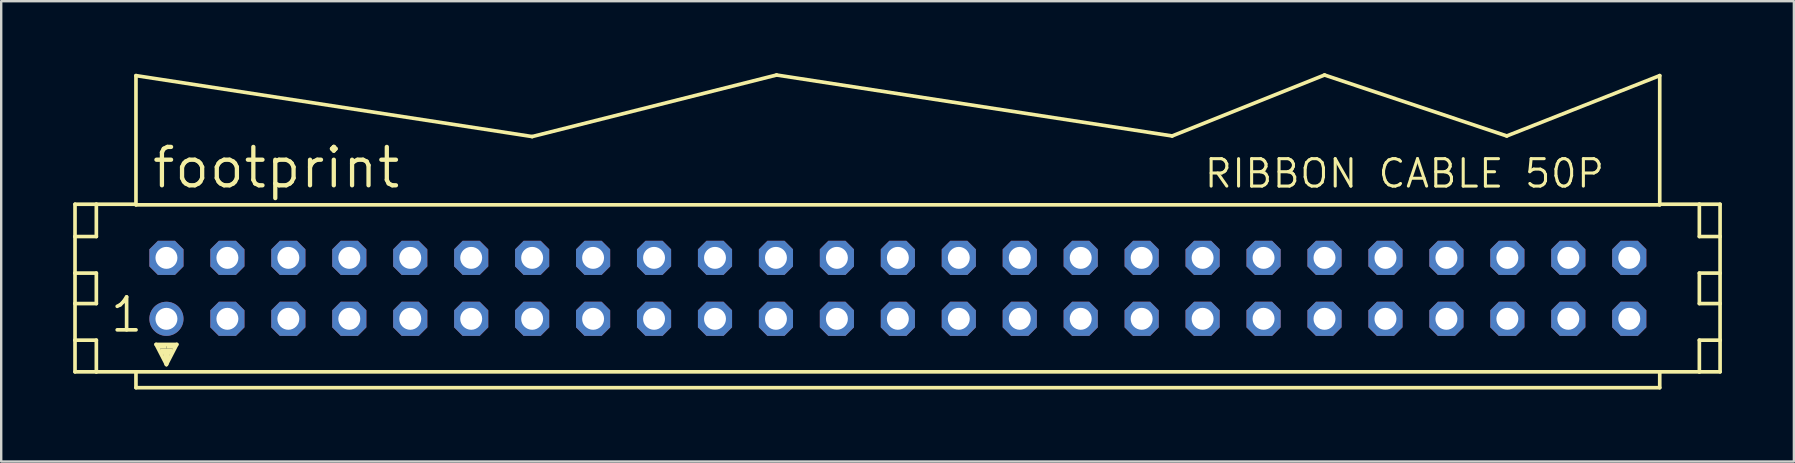
<source format=kicad_pcb>
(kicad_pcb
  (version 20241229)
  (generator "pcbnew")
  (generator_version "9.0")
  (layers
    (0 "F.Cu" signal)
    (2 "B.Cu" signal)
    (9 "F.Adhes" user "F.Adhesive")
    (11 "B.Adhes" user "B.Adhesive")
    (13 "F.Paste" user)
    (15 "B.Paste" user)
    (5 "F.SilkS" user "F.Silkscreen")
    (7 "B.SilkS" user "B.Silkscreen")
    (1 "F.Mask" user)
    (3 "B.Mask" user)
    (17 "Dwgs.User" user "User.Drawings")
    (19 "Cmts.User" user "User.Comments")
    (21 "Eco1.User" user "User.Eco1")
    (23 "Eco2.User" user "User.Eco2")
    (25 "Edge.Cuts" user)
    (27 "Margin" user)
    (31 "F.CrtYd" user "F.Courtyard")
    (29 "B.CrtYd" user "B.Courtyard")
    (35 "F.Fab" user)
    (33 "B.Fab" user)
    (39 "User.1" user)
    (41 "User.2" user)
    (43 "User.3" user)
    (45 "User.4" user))
  (footprint "footprint"
    (layer "F.Cu")
    (at 34.366 8.966)
    (property "Reference" "footprint" (at -31.166 -4.089 0) (layer "F.SilkS") (effects (font (size 1.6 1.6) (thickness 0.178)) (justify left bottom)))
    (fp_line (start -34.29 -3.505) (end -34.29 -2.159) (stroke (width 0.152) (type solid)) (layer "F.SilkS"))
    (fp_line (start -34.29 -2.159) (end -34.29 -0.635) (stroke (width 0.152) (type solid)) (layer "F.SilkS"))
    (fp_line (start -34.29 -2.159) (end -33.401 -2.159) (stroke (width 0.152) (type solid)) (layer "F.SilkS"))
    (fp_line (start -34.29 -0.635) (end -34.29 0.635) (stroke (width 0.152) (type solid)) (layer "F.SilkS"))
    (fp_line (start -34.29 -0.635) (end -33.401 -0.635) (stroke (width 0.152) (type solid)) (layer "F.SilkS"))
    (fp_line (start -34.29 0.635) (end -34.29 2.159) (stroke (width 0.152) (type solid)) (layer "F.SilkS"))
    (fp_line (start -34.29 0.635) (end -33.401 0.635) (stroke (width 0.152) (type solid)) (layer "F.SilkS"))
    (fp_line (start -34.29 2.159) (end -34.29 3.48) (stroke (width 0.152) (type solid)) (layer "F.SilkS"))
    (fp_line (start -34.29 2.159) (end -33.401 2.159) (stroke (width 0.152) (type solid)) (layer "F.SilkS"))
    (fp_line (start -34.29 3.48) (end -33.401 3.48) (stroke (width 0.152) (type solid)) (layer "F.SilkS"))
    (fp_line (start -33.401 -3.505) (end -34.29 -3.505) (stroke (width 0.152) (type solid)) (layer "F.SilkS"))
    (fp_line (start -33.401 -3.505) (end -33.401 -2.159) (stroke (width 0.152) (type solid)) (layer "F.SilkS"))
    (fp_line (start -33.401 -0.635) (end -33.401 0.635) (stroke (width 0.152) (type solid)) (layer "F.SilkS"))
    (fp_line (start -33.401 2.159) (end -33.401 3.48) (stroke (width 0.152) (type solid)) (layer "F.SilkS"))
    (fp_line (start -33.401 3.48) (end -31.75 3.48) (stroke (width 0.152) (type solid)) (layer "F.SilkS"))
    (fp_line (start -31.75 -8.865) (end -15.24 -6.325) (stroke (width 0.152) (type solid)) (layer "F.SilkS"))
    (fp_line (start -31.75 -3.505) (end -33.401 -3.505) (stroke (width 0.152) (type solid)) (layer "F.SilkS"))
    (fp_line (start -31.75 -3.505) (end -31.75 -8.865) (stroke (width 0.152) (type solid)) (layer "F.SilkS"))
    (fp_line (start -31.75 -3.48) (end -31.75 -3.505) (stroke (width 0.152) (type solid)) (layer "F.SilkS"))
    (fp_line (start -31.75 3.48) (end -31.75 4.14) (stroke (width 0.152) (type solid)) (layer "F.SilkS"))
    (fp_line (start -31.75 3.48) (end 31.75 3.48) (stroke (width 0.152) (type solid)) (layer "F.SilkS"))
    (fp_line (start -31.75 4.14) (end 31.75 4.14) (stroke (width 0.152) (type solid)) (layer "F.SilkS"))
    (fp_line (start -30.912 2.337) (end -30.048 2.337) (stroke (width 0.152) (type solid)) (layer "F.SilkS"))
    (fp_line (start -30.48 3.175) (end -30.912 2.337) (stroke (width 0.152) (type solid)) (layer "F.SilkS"))
    (fp_line (start -30.48 3.175) (end -30.48 2.921) (stroke (width 0.152) (type solid)) (layer "F.SilkS"))
    (fp_line (start -30.048 2.337) (end -30.48 3.175) (stroke (width 0.152) (type solid)) (layer "F.SilkS"))
    (fp_line (start -15.24 -6.325) (end -5.055 -8.89) (stroke (width 0.152) (type solid)) (layer "F.SilkS"))
    (fp_line (start 11.43 -6.35) (end -5.055 -8.89) (stroke (width 0.152) (type solid)) (layer "F.SilkS"))
    (fp_line (start 17.78 -8.89) (end 11.43 -6.35) (stroke (width 0.152) (type solid)) (layer "F.SilkS"))
    (fp_line (start 25.375 -6.35) (end 17.78 -8.89) (stroke (width 0.152) (type solid)) (layer "F.SilkS"))
    (fp_line (start 31.75 -8.865) (end 25.375 -6.35) (stroke (width 0.152) (type solid)) (layer "F.SilkS"))
    (fp_line (start 31.75 -8.865) (end 31.75 -3.505) (stroke (width 0.152) (type solid)) (layer "F.SilkS"))
    (fp_line (start 31.75 -3.505) (end 31.75 -3.48) (stroke (width 0.152) (type solid)) (layer "F.SilkS"))
    (fp_line (start 31.75 -3.48) (end -31.75 -3.48) (stroke (width 0.152) (type solid)) (layer "F.SilkS"))
    (fp_line (start 31.75 3.48) (end 33.401 3.48) (stroke (width 0.152) (type solid)) (layer "F.SilkS"))
    (fp_line (start 31.75 4.14) (end 31.75 3.48) (stroke (width 0.152) (type solid)) (layer "F.SilkS"))
    (fp_line (start 33.401 -3.505) (end 31.75 -3.505) (stroke (width 0.152) (type solid)) (layer "F.SilkS"))
    (fp_line (start 33.401 -3.505) (end 33.401 -2.159) (stroke (width 0.152) (type solid)) (layer "F.SilkS"))
    (fp_line (start 33.401 -2.159) (end 34.265 -2.159) (stroke (width 0.152) (type solid)) (layer "F.SilkS"))
    (fp_line (start 33.401 -0.635) (end 33.401 0.635) (stroke (width 0.152) (type solid)) (layer "F.SilkS"))
    (fp_line (start 33.401 -0.635) (end 34.265 -0.635) (stroke (width 0.152) (type solid)) (layer "F.SilkS"))
    (fp_line (start 33.401 0.635) (end 34.265 0.635) (stroke (width 0.152) (type solid)) (layer "F.SilkS"))
    (fp_line (start 33.401 2.159) (end 33.401 3.48) (stroke (width 0.152) (type solid)) (layer "F.SilkS"))
    (fp_line (start 33.401 2.159) (end 34.265 2.159) (stroke (width 0.152) (type solid)) (layer "F.SilkS"))
    (fp_line (start 33.401 3.48) (end 34.265 3.48) (stroke (width 0.152) (type solid)) (layer "F.SilkS"))
    (fp_line (start 34.265 -3.505) (end 33.401 -3.505) (stroke (width 0.152) (type solid)) (layer "F.SilkS"))
    (fp_line (start 34.265 -2.159) (end 34.265 -3.505) (stroke (width 0.152) (type solid)) (layer "F.SilkS"))
    (fp_line (start 34.265 -0.635) (end 34.265 -2.159) (stroke (width 0.152) (type solid)) (layer "F.SilkS"))
    (fp_line (start 34.265 0.635) (end 34.265 -0.635) (stroke (width 0.152) (type solid)) (layer "F.SilkS"))
    (fp_line (start 34.265 2.159) (end 34.265 0.635) (stroke (width 0.152) (type solid)) (layer "F.SilkS"))
    (fp_line (start 34.265 3.48) (end 34.265 2.159) (stroke (width 0.152) (type solid)) (layer "F.SilkS"))
    (fp_poly (pts (xy -30.861 2.515) (xy -30.48 2.515) (xy -30.48 2.388) (xy -30.861 2.388)) (stroke (width 0) (type solid)) (fill yes) (layer "F.SilkS"))
    (fp_poly (pts (xy -30.734 2.769) (xy -30.226 2.769) (xy -30.226 2.515) (xy -30.734 2.515)) (stroke (width 0) (type solid)) (fill yes) (layer "F.SilkS"))
    (fp_poly (pts (xy -30.607 2.972) (xy -30.353 2.972) (xy -30.353 2.718) (xy -30.607 2.718)) (stroke (width 0) (type solid)) (fill yes) (layer "F.SilkS"))
    (fp_poly (pts (xy -30.48 2.515) (xy -30.099 2.515) (xy -30.099 2.388) (xy -30.48 2.388)) (stroke (width 0) (type solid)) (fill yes) (layer "F.SilkS"))
    (fp_text user "RIBBON CABLE 50P" (at 12.7 -4.115 0) (layer "F.SilkS") (effects (font (size 1.143 1.143) (thickness 0.127)) (justify left bottom)))
    (fp_text user "1" (at -32.893 1.905 0) (layer "F.SilkS") (effects (font (size 1.372 1.372) (thickness 0.152)) (justify left bottom)))
    (pad "1" thru_hole circle (at -30.48 1.27) (size 1.422 1.422) (drill 0.914) (layers "*.Cu" "*.Mask"))
    (pad "2" thru_hole roundrect (at -30.48 -1.27) (size 1.422 1.422) (drill 0.914) (layers "*.Cu" "*.Mask") (roundrect_rratio 0.25) (chamfer_ratio 0.25) (chamfer top_left top_right bottom_left bottom_right))
    (pad "3" thru_hole roundrect (at -27.94 1.27) (size 1.422 1.422) (drill 0.914) (layers "*.Cu" "*.Mask") (roundrect_rratio 0.25) (chamfer_ratio 0.25) (chamfer top_left top_right bottom_left bottom_right))
    (pad "4" thru_hole roundrect (at -27.94 -1.27) (size 1.422 1.422) (drill 0.914) (layers "*.Cu" "*.Mask") (roundrect_rratio 0.25) (chamfer_ratio 0.25) (chamfer top_left top_right bottom_left bottom_right))
    (pad "5" thru_hole roundrect (at -25.4 1.27) (size 1.422 1.422) (drill 0.914) (layers "*.Cu" "*.Mask") (roundrect_rratio 0.25) (chamfer_ratio 0.25) (chamfer top_left top_right bottom_left bottom_right))
    (pad "6" thru_hole roundrect (at -25.4 -1.27) (size 1.422 1.422) (drill 0.914) (layers "*.Cu" "*.Mask") (roundrect_rratio 0.25) (chamfer_ratio 0.25) (chamfer top_left top_right bottom_left bottom_right))
    (pad "7" thru_hole roundrect (at -22.86 1.27) (size 1.422 1.422) (drill 0.914) (layers "*.Cu" "*.Mask") (roundrect_rratio 0.25) (chamfer_ratio 0.25) (chamfer top_left top_right bottom_left bottom_right))
    (pad "8" thru_hole roundrect (at -22.86 -1.27) (size 1.422 1.422) (drill 0.914) (layers "*.Cu" "*.Mask") (roundrect_rratio 0.25) (chamfer_ratio 0.25) (chamfer top_left top_right bottom_left bottom_right))
    (pad "9" thru_hole roundrect (at -20.32 1.27) (size 1.422 1.422) (drill 0.914) (layers "*.Cu" "*.Mask") (roundrect_rratio 0.25) (chamfer_ratio 0.25) (chamfer top_left top_right bottom_left bottom_right))
    (pad "10" thru_hole roundrect (at -20.32 -1.27) (size 1.422 1.422) (drill 0.914) (layers "*.Cu" "*.Mask") (roundrect_rratio 0.25) (chamfer_ratio 0.25) (chamfer top_left top_right bottom_left bottom_right))
    (pad "11" thru_hole roundrect (at -17.78 1.27) (size 1.422 1.422) (drill 0.914) (layers "*.Cu" "*.Mask") (roundrect_rratio 0.25) (chamfer_ratio 0.25) (chamfer top_left top_right bottom_left bottom_right))
    (pad "12" thru_hole roundrect (at -17.78 -1.27) (size 1.422 1.422) (drill 0.914) (layers "*.Cu" "*.Mask") (roundrect_rratio 0.25) (chamfer_ratio 0.25) (chamfer top_left top_right bottom_left bottom_right))
    (pad "13" thru_hole roundrect (at -15.24 1.27) (size 1.422 1.422) (drill 0.914) (layers "*.Cu" "*.Mask") (roundrect_rratio 0.25) (chamfer_ratio 0.25) (chamfer top_left top_right bottom_left bottom_right))
    (pad "14" thru_hole roundrect (at -15.24 -1.27) (size 1.422 1.422) (drill 0.914) (layers "*.Cu" "*.Mask") (roundrect_rratio 0.25) (chamfer_ratio 0.25) (chamfer top_left top_right bottom_left bottom_right))
    (pad "15" thru_hole roundrect (at -12.7 1.27) (size 1.422 1.422) (drill 0.914) (layers "*.Cu" "*.Mask") (roundrect_rratio 0.25) (chamfer_ratio 0.25) (chamfer top_left top_right bottom_left bottom_right))
    (pad "16" thru_hole roundrect (at -12.7 -1.27) (size 1.422 1.422) (drill 0.914) (layers "*.Cu" "*.Mask") (roundrect_rratio 0.25) (chamfer_ratio 0.25) (chamfer top_left top_right bottom_left bottom_right))
    (pad "17" thru_hole roundrect (at -10.16 1.27) (size 1.422 1.422) (drill 0.914) (layers "*.Cu" "*.Mask") (roundrect_rratio 0.25) (chamfer_ratio 0.25) (chamfer top_left top_right bottom_left bottom_right))
    (pad "18" thru_hole roundrect (at -10.16 -1.27) (size 1.422 1.422) (drill 0.914) (layers "*.Cu" "*.Mask") (roundrect_rratio 0.25) (chamfer_ratio 0.25) (chamfer top_left top_right bottom_left bottom_right))
    (pad "19" thru_hole roundrect (at -7.62 1.27) (size 1.422 1.422) (drill 0.914) (layers "*.Cu" "*.Mask") (roundrect_rratio 0.25) (chamfer_ratio 0.25) (chamfer top_left top_right bottom_left bottom_right))
    (pad "20" thru_hole roundrect (at -7.62 -1.27) (size 1.422 1.422) (drill 0.914) (layers "*.Cu" "*.Mask") (roundrect_rratio 0.25) (chamfer_ratio 0.25) (chamfer top_left top_right bottom_left bottom_right))
    (pad "21" thru_hole roundrect (at -5.08 1.27) (size 1.422 1.422) (drill 0.914) (layers "*.Cu" "*.Mask") (roundrect_rratio 0.25) (chamfer_ratio 0.25) (chamfer top_left top_right bottom_left bottom_right))
    (pad "22" thru_hole roundrect (at -5.08 -1.27) (size 1.422 1.422) (drill 0.914) (layers "*.Cu" "*.Mask") (roundrect_rratio 0.25) (chamfer_ratio 0.25) (chamfer top_left top_right bottom_left bottom_right))
    (pad "23" thru_hole roundrect (at -2.54 1.27) (size 1.422 1.422) (drill 0.914) (layers "*.Cu" "*.Mask") (roundrect_rratio 0.25) (chamfer_ratio 0.25) (chamfer top_left top_right bottom_left bottom_right))
    (pad "24" thru_hole roundrect (at -2.54 -1.27) (size 1.422 1.422) (drill 0.914) (layers "*.Cu" "*.Mask") (roundrect_rratio 0.25) (chamfer_ratio 0.25) (chamfer top_left top_right bottom_left bottom_right))
    (pad "25" thru_hole roundrect (at 0 1.27) (size 1.422 1.422) (drill 0.914) (layers "*.Cu" "*.Mask") (roundrect_rratio 0.25) (chamfer_ratio 0.25) (chamfer top_left top_right bottom_left bottom_right))
    (pad "26" thru_hole roundrect (at 0 -1.27) (size 1.422 1.422) (drill 0.914) (layers "*.Cu" "*.Mask") (roundrect_rratio 0.25) (chamfer_ratio 0.25) (chamfer top_left top_right bottom_left bottom_right))
    (pad "27" thru_hole roundrect (at 2.54 1.27) (size 1.422 1.422) (drill 0.914) (layers "*.Cu" "*.Mask") (roundrect_rratio 0.25) (chamfer_ratio 0.25) (chamfer top_left top_right bottom_left bottom_right))
    (pad "28" thru_hole roundrect (at 2.54 -1.27) (size 1.422 1.422) (drill 0.914) (layers "*.Cu" "*.Mask") (roundrect_rratio 0.25) (chamfer_ratio 0.25) (chamfer top_left top_right bottom_left bottom_right))
    (pad "29" thru_hole roundrect (at 5.08 1.27) (size 1.422 1.422) (drill 0.914) (layers "*.Cu" "*.Mask") (roundrect_rratio 0.25) (chamfer_ratio 0.25) (chamfer top_left top_right bottom_left bottom_right))
    (pad "30" thru_hole roundrect (at 5.08 -1.27) (size 1.422 1.422) (drill 0.914) (layers "*.Cu" "*.Mask") (roundrect_rratio 0.25) (chamfer_ratio 0.25) (chamfer top_left top_right bottom_left bottom_right))
    (pad "31" thru_hole roundrect (at 7.62 1.27) (size 1.422 1.422) (drill 0.914) (layers "*.Cu" "*.Mask") (roundrect_rratio 0.25) (chamfer_ratio 0.25) (chamfer top_left top_right bottom_left bottom_right))
    (pad "32" thru_hole roundrect (at 7.62 -1.27) (size 1.422 1.422) (drill 0.914) (layers "*.Cu" "*.Mask") (roundrect_rratio 0.25) (chamfer_ratio 0.25) (chamfer top_left top_right bottom_left bottom_right))
    (pad "33" thru_hole roundrect (at 10.16 1.27) (size 1.422 1.422) (drill 0.914) (layers "*.Cu" "*.Mask") (roundrect_rratio 0.25) (chamfer_ratio 0.25) (chamfer top_left top_right bottom_left bottom_right))
    (pad "34" thru_hole roundrect (at 10.16 -1.27) (size 1.422 1.422) (drill 0.914) (layers "*.Cu" "*.Mask") (roundrect_rratio 0.25) (chamfer_ratio 0.25) (chamfer top_left top_right bottom_left bottom_right))
    (pad "35" thru_hole roundrect (at 12.7 1.27) (size 1.422 1.422) (drill 0.914) (layers "*.Cu" "*.Mask") (roundrect_rratio 0.25) (chamfer_ratio 0.25) (chamfer top_left top_right bottom_left bottom_right))
    (pad "36" thru_hole roundrect (at 12.7 -1.27) (size 1.422 1.422) (drill 0.914) (layers "*.Cu" "*.Mask") (roundrect_rratio 0.25) (chamfer_ratio 0.25) (chamfer top_left top_right bottom_left bottom_right))
    (pad "37" thru_hole roundrect (at 15.24 1.27) (size 1.422 1.422) (drill 0.914) (layers "*.Cu" "*.Mask") (roundrect_rratio 0.25) (chamfer_ratio 0.25) (chamfer top_left top_right bottom_left bottom_right))
    (pad "38" thru_hole roundrect (at 15.24 -1.27) (size 1.422 1.422) (drill 0.914) (layers "*.Cu" "*.Mask") (roundrect_rratio 0.25) (chamfer_ratio 0.25) (chamfer top_left top_right bottom_left bottom_right))
    (pad "39" thru_hole roundrect (at 17.78 1.27) (size 1.422 1.422) (drill 0.914) (layers "*.Cu" "*.Mask") (roundrect_rratio 0.25) (chamfer_ratio 0.25) (chamfer top_left top_right bottom_left bottom_right))
    (pad "40" thru_hole roundrect (at 17.78 -1.27) (size 1.422 1.422) (drill 0.914) (layers "*.Cu" "*.Mask") (roundrect_rratio 0.25) (chamfer_ratio 0.25) (chamfer top_left top_right bottom_left bottom_right))
    (pad "41" thru_hole roundrect (at 20.32 1.27) (size 1.422 1.422) (drill 0.914) (layers "*.Cu" "*.Mask") (roundrect_rratio 0.25) (chamfer_ratio 0.25) (chamfer top_left top_right bottom_left bottom_right))
    (pad "42" thru_hole roundrect (at 20.32 -1.27) (size 1.422 1.422) (drill 0.914) (layers "*.Cu" "*.Mask") (roundrect_rratio 0.25) (chamfer_ratio 0.25) (chamfer top_left top_right bottom_left bottom_right))
    (pad "43" thru_hole roundrect (at 22.86 1.27) (size 1.422 1.422) (drill 0.914) (layers "*.Cu" "*.Mask") (roundrect_rratio 0.25) (chamfer_ratio 0.25) (chamfer top_left top_right bottom_left bottom_right))
    (pad "44" thru_hole roundrect (at 22.86 -1.27) (size 1.422 1.422) (drill 0.914) (layers "*.Cu" "*.Mask") (roundrect_rratio 0.25) (chamfer_ratio 0.25) (chamfer top_left top_right bottom_left bottom_right))
    (pad "45" thru_hole roundrect (at 25.4 1.27) (size 1.422 1.422) (drill 0.914) (layers "*.Cu" "*.Mask") (roundrect_rratio 0.25) (chamfer_ratio 0.25) (chamfer top_left top_right bottom_left bottom_right))
    (pad "46" thru_hole roundrect (at 25.4 -1.27) (size 1.422 1.422) (drill 0.914) (layers "*.Cu" "*.Mask") (roundrect_rratio 0.25) (chamfer_ratio 0.25) (chamfer top_left top_right bottom_left bottom_right))
    (pad "47" thru_hole roundrect (at 27.94 1.27) (size 1.422 1.422) (drill 0.914) (layers "*.Cu" "*.Mask") (roundrect_rratio 0.25) (chamfer_ratio 0.25) (chamfer top_left top_right bottom_left bottom_right))
    (pad "48" thru_hole roundrect (at 27.94 -1.27) (size 1.422 1.422) (drill 0.914) (layers "*.Cu" "*.Mask") (roundrect_rratio 0.25) (chamfer_ratio 0.25) (chamfer top_left top_right bottom_left bottom_right))
    (pad "49" thru_hole roundrect (at 30.48 1.27) (size 1.422 1.422) (drill 0.914) (layers "*.Cu" "*.Mask") (roundrect_rratio 0.25) (chamfer_ratio 0.25) (chamfer top_left top_right bottom_left bottom_right))
    (pad "50" thru_hole roundrect (at 30.48 -1.27) (size 1.422 1.422) (drill 0.914) (layers "*.Cu" "*.Mask") (roundrect_rratio 0.25) (chamfer_ratio 0.25) (chamfer top_left top_right bottom_left bottom_right)))
  (gr_rect
    (start -3 -3)
    (end 71.707 16.183)
    (stroke (width 0.1) (type default))
    (fill no)
    (layer "Edge.Cuts")))
</source>
